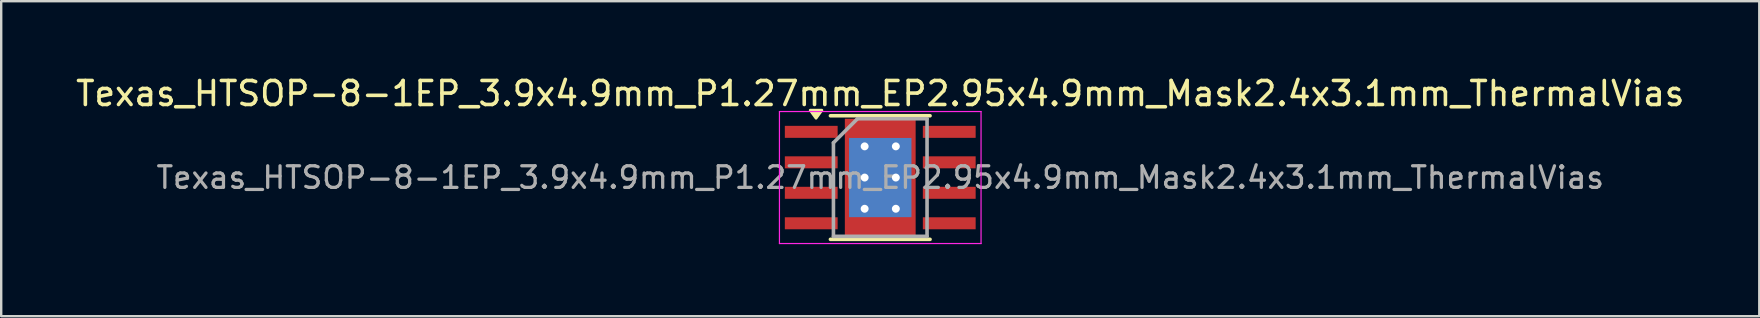
<source format=kicad_pcb>
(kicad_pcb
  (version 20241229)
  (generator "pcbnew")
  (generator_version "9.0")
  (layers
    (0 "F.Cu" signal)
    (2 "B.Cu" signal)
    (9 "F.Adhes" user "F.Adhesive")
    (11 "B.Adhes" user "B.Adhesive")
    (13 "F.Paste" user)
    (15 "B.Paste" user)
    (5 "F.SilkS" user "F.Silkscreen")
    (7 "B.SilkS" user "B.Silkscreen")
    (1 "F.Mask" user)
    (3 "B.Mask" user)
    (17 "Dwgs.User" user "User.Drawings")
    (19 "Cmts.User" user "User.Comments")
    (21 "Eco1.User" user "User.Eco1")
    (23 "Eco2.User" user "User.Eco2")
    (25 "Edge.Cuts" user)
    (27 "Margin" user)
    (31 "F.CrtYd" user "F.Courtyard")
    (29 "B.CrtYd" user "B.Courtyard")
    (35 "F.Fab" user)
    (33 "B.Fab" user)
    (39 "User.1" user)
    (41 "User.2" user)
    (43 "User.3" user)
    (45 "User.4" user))
  (footprint "Texas_HTSOP-8-1EP_3.9x4.9mm_P1.27mm_EP2.95x4.9mm_Mask2.4x3.1mm_ThermalVias"
    (layer "F.Cu")
    (at 33.625 4.348)
    (property "Reference" "Texas_HTSOP-8-1EP_3.9x4.9mm_P1.27mm_EP2.95x4.9mm_Mask2.4x3.1mm_ThermalVias" (at 0 -3.5 0) (layer "F.SilkS") (effects (font (size 1 1) (thickness 0.15))))
    (attr smd)
    (fp_line (start -2.075 -2.575) (end 2.075 -2.575) (stroke (width 0.15) (type solid)) (layer "F.SilkS"))
    (fp_line (start -2.075 2.575) (end 2.075 2.575) (stroke (width 0.15) (type solid)) (layer "F.SilkS"))
    (fp_poly (pts (xy -2.675 -2.475) (xy -2.915 -2.805) (xy -2.435 -2.805) (xy -2.675 -2.475)) (stroke (width 0.12) (type solid)) (fill yes) (layer "F.SilkS"))
    (fp_line (start -4.2 -2.75) (end -4.2 2.75) (stroke (width 0.05) (type solid)) (layer "F.CrtYd"))
    (fp_line (start -4.2 -2.75) (end 4.2 -2.75) (stroke (width 0.05) (type solid)) (layer "F.CrtYd"))
    (fp_line (start -4.2 2.75) (end 4.2 2.75) (stroke (width 0.05) (type solid)) (layer "F.CrtYd"))
    (fp_line (start 4.2 -2.75) (end 4.2 2.75) (stroke (width 0.05) (type solid)) (layer "F.CrtYd"))
    (fp_line (start -1.95 -1.45) (end -0.95 -2.45) (stroke (width 0.15) (type solid)) (layer "F.Fab"))
    (fp_line (start -1.95 2.45) (end -1.95 -1.45) (stroke (width 0.15) (type solid)) (layer "F.Fab"))
    (fp_line (start -0.95 -2.45) (end 1.95 -2.45) (stroke (width 0.15) (type solid)) (layer "F.Fab"))
    (fp_line (start 1.95 -2.45) (end 1.95 2.45) (stroke (width 0.15) (type solid)) (layer "F.Fab"))
    (fp_line (start 1.95 2.45) (end -1.95 2.45) (stroke (width 0.15) (type solid)) (layer "F.Fab"))
    (fp_text user "${REFERENCE}" (at 0 0 0) (layer "F.Fab") (effects (font (size 0.9 0.9) (thickness 0.135))))
    (pad "" smd rect (at 0 0) (size 2.4 3.1) (layers "F.Mask"))
    (pad "" smd rect (at 0 0) (size 2.4 3.1) (layers "F.Paste"))
    (pad "1" smd rect (at -2.875 -1.905) (size 2.2 0.5) (layers "F.Cu" "F.Mask" "F.Paste"))
    (pad "2" smd rect (at -2.875 -0.635) (size 2.2 0.5) (layers "F.Cu" "F.Mask" "F.Paste"))
    (pad "3" smd rect (at -2.875 0.635) (size 2.2 0.5) (layers "F.Cu" "F.Mask" "F.Paste"))
    (pad "4" smd rect (at -2.875 1.905) (size 2.2 0.5) (layers "F.Cu" "F.Mask" "F.Paste"))
    (pad "5" smd rect (at 2.875 1.905) (size 2.2 0.5) (layers "F.Cu" "F.Mask" "F.Paste"))
    (pad "6" smd rect (at 2.875 0.635) (size 2.2 0.5) (layers "F.Cu" "F.Mask" "F.Paste"))
    (pad "7" smd rect (at 2.875 -0.635) (size 2.2 0.5) (layers "F.Cu" "F.Mask" "F.Paste"))
    (pad "8" smd rect (at 2.875 -1.905) (size 2.2 0.5) (layers "F.Cu" "F.Mask" "F.Paste"))
    (pad "9" thru_hole circle (at -0.65 -1.3) (size 0.63 0.63) (drill 0.33) (property pad_prop_heatsink) (layers "*.Cu" "*.Mask"))
    (pad "9" thru_hole circle (at -0.65 0) (size 0.63 0.63) (drill 0.33) (property pad_prop_heatsink) (layers "*.Cu" "*.Mask"))
    (pad "9" thru_hole circle (at -0.65 1.3) (size 0.63 0.63) (drill 0.33) (property pad_prop_heatsink) (layers "*.Cu" "*.Mask"))
    (pad "9" smd rect (at 0 0) (size 2.6 3.3) (layers "B.Cu"))
    (pad "9" smd rect (at 0 0) (size 2.95 4.9) (layers "F.Cu"))
    (pad "9" thru_hole circle (at 0.65 -1.3) (size 0.63 0.63) (drill 0.33) (property pad_prop_heatsink) (layers "*.Cu" "*.Mask"))
    (pad "9" thru_hole circle (at 0.65 0) (size 0.63 0.63) (drill 0.33) (property pad_prop_heatsink) (layers "*.Cu" "*.Mask"))
    (pad "9" thru_hole circle (at 0.65 1.3) (size 0.63 0.63) (drill 0.33) (property pad_prop_heatsink) (layers "*.Cu" "*.Mask")))
  (gr_rect
    (start -3 -3)
    (end 70.25 10.123)
    (stroke (width 0.1) (type default))
    (fill no)
    (layer "Edge.Cuts")))
</source>
